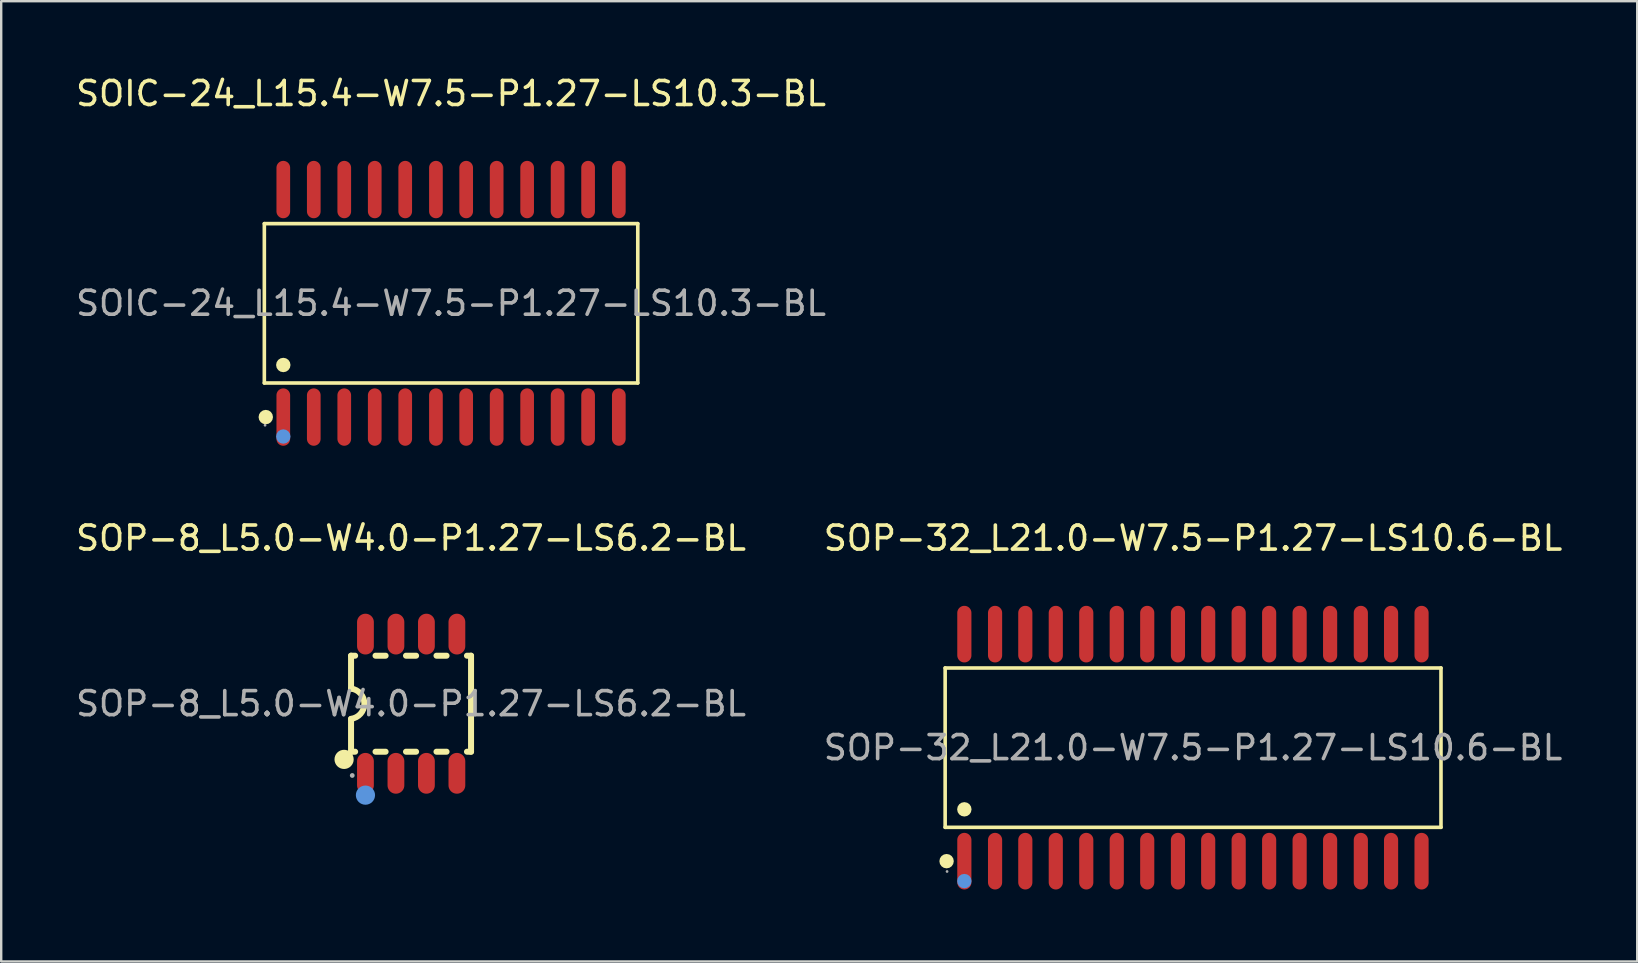
<source format=kicad_pcb>
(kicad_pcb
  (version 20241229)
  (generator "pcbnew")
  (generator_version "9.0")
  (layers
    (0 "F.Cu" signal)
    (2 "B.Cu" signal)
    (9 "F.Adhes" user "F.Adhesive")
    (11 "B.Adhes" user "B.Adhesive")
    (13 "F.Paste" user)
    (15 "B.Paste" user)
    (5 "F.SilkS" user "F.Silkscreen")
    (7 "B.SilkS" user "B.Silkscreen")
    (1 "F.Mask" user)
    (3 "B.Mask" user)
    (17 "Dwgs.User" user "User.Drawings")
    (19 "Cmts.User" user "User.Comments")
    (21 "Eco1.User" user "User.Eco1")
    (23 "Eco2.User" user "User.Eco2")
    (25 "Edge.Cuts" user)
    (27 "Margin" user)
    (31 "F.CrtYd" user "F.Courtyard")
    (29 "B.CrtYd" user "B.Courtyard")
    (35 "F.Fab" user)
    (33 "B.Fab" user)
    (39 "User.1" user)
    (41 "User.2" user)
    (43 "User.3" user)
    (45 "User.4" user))
  (footprint "SOIC-24_L15.4-W7.5-P1.27-LS10.3-BL"
    (layer "F.Cu")
    (at 15.744 9.588)
    (property "Reference" "SOIC-24_L15.4-W7.5-P1.27-LS10.3-BL" (at 0 -8.74 0) (layer "F.SilkS") (effects (font (size 1 1) (thickness 0.15))))
    (attr through_hole)
    (fp_line (start -7.78 -3.32) (end 7.78 -3.32) (stroke (width 0.15) (type solid)) (layer "F.SilkS"))
    (fp_line (start -7.78 3.32) (end -7.78 -3.32) (stroke (width 0.15) (type solid)) (layer "F.SilkS"))
    (fp_line (start 7.78 -3.32) (end 7.78 3.32) (stroke (width 0.15) (type solid)) (layer "F.SilkS"))
    (fp_line (start 7.78 3.32) (end -7.78 3.32) (stroke (width 0.15) (type solid)) (layer "F.SilkS"))
    (fp_circle (center -7.72 4.74) (end -7.57 4.74) (stroke (width 0.3) (type solid)) (fill no) (layer "F.SilkS"))
    (fp_circle (center -6.99 2.57) (end -6.84 2.57) (stroke (width 0.3) (type solid)) (fill no) (layer "F.SilkS"))
    (fp_circle (center -6.99 5.55) (end -6.84 5.55) (stroke (width 0.3) (type solid)) (fill no) (layer "Cmts.User"))
    (fp_circle (center -7.75 5.08) (end -7.72 5.08) (stroke (width 0.06) (type solid)) (fill no) (layer "F.Fab"))
    (fp_text user "${REFERENCE}" (at 0 0 0) (layer "F.Fab") (effects (font (size 1 1) (thickness 0.15))))
    (pad "1" smd oval (at -6.99 4.74) (size 0.57 2.39) (layers "F.Cu" "F.Mask" "F.Paste"))
    (pad "2" smd oval (at -5.72 4.74) (size 0.57 2.39) (layers "F.Cu" "F.Mask" "F.Paste"))
    (pad "3" smd oval (at -4.45 4.74) (size 0.57 2.39) (layers "F.Cu" "F.Mask" "F.Paste"))
    (pad "4" smd oval (at -3.18 4.74) (size 0.57 2.39) (layers "F.Cu" "F.Mask" "F.Paste"))
    (pad "5" smd oval (at -1.91 4.74) (size 0.57 2.39) (layers "F.Cu" "F.Mask" "F.Paste"))
    (pad "6" smd oval (at -0.63 4.74) (size 0.57 2.39) (layers "F.Cu" "F.Mask" "F.Paste"))
    (pad "7" smd oval (at 0.63 4.74) (size 0.57 2.39) (layers "F.Cu" "F.Mask" "F.Paste"))
    (pad "8" smd oval (at 1.9 4.74) (size 0.57 2.39) (layers "F.Cu" "F.Mask" "F.Paste"))
    (pad "9" smd oval (at 3.17 4.74) (size 0.57 2.39) (layers "F.Cu" "F.Mask" "F.Paste"))
    (pad "10" smd oval (at 4.44 4.74) (size 0.57 2.39) (layers "F.Cu" "F.Mask" "F.Paste"))
    (pad "11" smd oval (at 5.71 4.74) (size 0.57 2.39) (layers "F.Cu" "F.Mask" "F.Paste"))
    (pad "12" smd oval (at 6.99 4.74) (size 0.57 2.39) (layers "F.Cu" "F.Mask" "F.Paste"))
    (pad "13" smd oval (at 6.99 -4.74) (size 0.57 2.39) (layers "F.Cu" "F.Mask" "F.Paste"))
    (pad "14" smd oval (at 5.71 -4.74) (size 0.57 2.39) (layers "F.Cu" "F.Mask" "F.Paste"))
    (pad "15" smd oval (at 4.44 -4.74) (size 0.57 2.39) (layers "F.Cu" "F.Mask" "F.Paste"))
    (pad "16" smd oval (at 3.17 -4.74) (size 0.57 2.39) (layers "F.Cu" "F.Mask" "F.Paste"))
    (pad "17" smd oval (at 1.9 -4.74) (size 0.57 2.39) (layers "F.Cu" "F.Mask" "F.Paste"))
    (pad "18" smd oval (at 0.63 -4.74) (size 0.57 2.39) (layers "F.Cu" "F.Mask" "F.Paste"))
    (pad "19" smd oval (at -0.63 -4.74) (size 0.57 2.39) (layers "F.Cu" "F.Mask" "F.Paste"))
    (pad "20" smd oval (at -1.91 -4.74) (size 0.57 2.39) (layers "F.Cu" "F.Mask" "F.Paste"))
    (pad "21" smd oval (at -3.18 -4.74) (size 0.57 2.39) (layers "F.Cu" "F.Mask" "F.Paste"))
    (pad "22" smd oval (at -4.45 -4.74) (size 0.57 2.39) (layers "F.Cu" "F.Mask" "F.Paste"))
    (pad "23" smd oval (at -5.72 -4.74) (size 0.57 2.39) (layers "F.Cu" "F.Mask" "F.Paste"))
    (pad "24" smd oval (at -6.99 -4.74) (size 0.57 2.39) (layers "F.Cu" "F.Mask" "F.Paste")))
  (footprint "SOP-32_L21.0-W7.5-P1.27-LS10.6-BL"
    (layer "F.Cu")
    (at 46.661 28.102)
    (property "Reference" "SOP-32_L21.0-W7.5-P1.27-LS10.6-BL" (at 0 -8.73 0) (layer "F.SilkS") (effects (font (size 1 1) (thickness 0.15))))
    (attr through_hole)
    (fp_line (start -10.33 -3.32) (end 10.33 -3.32) (stroke (width 0.15) (type solid)) (layer "F.SilkS"))
    (fp_line (start -10.33 3.32) (end -10.33 -3.32) (stroke (width 0.15) (type solid)) (layer "F.SilkS"))
    (fp_line (start 10.33 -3.32) (end 10.33 3.32) (stroke (width 0.15) (type solid)) (layer "F.SilkS"))
    (fp_line (start 10.33 3.32) (end -10.33 3.32) (stroke (width 0.15) (type solid)) (layer "F.SilkS"))
    (fp_circle (center -10.27 4.73) (end -10.12 4.73) (stroke (width 0.3) (type solid)) (fill no) (layer "F.SilkS"))
    (fp_circle (center -9.53 2.57) (end -9.38 2.57) (stroke (width 0.3) (type solid)) (fill no) (layer "F.SilkS"))
    (fp_circle (center -9.53 5.56) (end -9.38 5.56) (stroke (width 0.3) (type solid)) (fill no) (layer "Cmts.User"))
    (fp_circle (center -10.25 5.16) (end -10.22 5.16) (stroke (width 0.06) (type solid)) (fill no) (layer "F.Fab"))
    (fp_text user "${REFERENCE}" (at 0 0 0) (layer "F.Fab") (effects (font (size 1 1) (thickness 0.15))))
    (pad "1" smd oval (at -9.53 4.73) (size 0.59 2.36) (layers "F.Cu" "F.Mask" "F.Paste"))
    (pad "2" smd oval (at -8.25 4.73) (size 0.59 2.36) (layers "F.Cu" "F.Mask" "F.Paste"))
    (pad "3" smd oval (at -6.99 4.73) (size 0.59 2.36) (layers "F.Cu" "F.Mask" "F.Paste"))
    (pad "4" smd oval (at -5.72 4.73) (size 0.59 2.36) (layers "F.Cu" "F.Mask" "F.Paste"))
    (pad "5" smd oval (at -4.45 4.73) (size 0.59 2.36) (layers "F.Cu" "F.Mask" "F.Paste"))
    (pad "6" smd oval (at -3.18 4.73) (size 0.59 2.36) (layers "F.Cu" "F.Mask" "F.Paste"))
    (pad "7" smd oval (at -1.91 4.73) (size 0.59 2.36) (layers "F.Cu" "F.Mask" "F.Paste"))
    (pad "8" smd oval (at -0.63 4.73) (size 0.59 2.36) (layers "F.Cu" "F.Mask" "F.Paste"))
    (pad "9" smd oval (at 0.63 4.73) (size 0.59 2.36) (layers "F.Cu" "F.Mask" "F.Paste"))
    (pad "10" smd oval (at 1.9 4.73) (size 0.59 2.36) (layers "F.Cu" "F.Mask" "F.Paste"))
    (pad "11" smd oval (at 3.17 4.73) (size 0.59 2.36) (layers "F.Cu" "F.Mask" "F.Paste"))
    (pad "12" smd oval (at 4.44 4.73) (size 0.59 2.36) (layers "F.Cu" "F.Mask" "F.Paste"))
    (pad "13" smd oval (at 5.71 4.73) (size 0.59 2.36) (layers "F.Cu" "F.Mask" "F.Paste"))
    (pad "14" smd oval (at 6.99 4.73) (size 0.59 2.36) (layers "F.Cu" "F.Mask" "F.Paste"))
    (pad "15" smd oval (at 8.25 4.73) (size 0.59 2.36) (layers "F.Cu" "F.Mask" "F.Paste"))
    (pad "16" smd oval (at 9.52 4.73) (size 0.59 2.36) (layers "F.Cu" "F.Mask" "F.Paste"))
    (pad "17" smd oval (at 9.52 -4.73) (size 0.59 2.36) (layers "F.Cu" "F.Mask" "F.Paste"))
    (pad "18" smd oval (at 8.25 -4.73) (size 0.59 2.36) (layers "F.Cu" "F.Mask" "F.Paste"))
    (pad "19" smd oval (at 6.99 -4.73) (size 0.59 2.36) (layers "F.Cu" "F.Mask" "F.Paste"))
    (pad "20" smd oval (at 5.71 -4.73) (size 0.59 2.36) (layers "F.Cu" "F.Mask" "F.Paste"))
    (pad "21" smd oval (at 4.44 -4.73) (size 0.59 2.36) (layers "F.Cu" "F.Mask" "F.Paste"))
    (pad "22" smd oval (at 3.17 -4.73) (size 0.59 2.36) (layers "F.Cu" "F.Mask" "F.Paste"))
    (pad "23" smd oval (at 1.9 -4.73) (size 0.59 2.36) (layers "F.Cu" "F.Mask" "F.Paste"))
    (pad "24" smd oval (at 0.63 -4.73) (size 0.59 2.36) (layers "F.Cu" "F.Mask" "F.Paste"))
    (pad "25" smd oval (at -0.63 -4.73) (size 0.59 2.36) (layers "F.Cu" "F.Mask" "F.Paste"))
    (pad "26" smd oval (at -1.91 -4.73) (size 0.59 2.36) (layers "F.Cu" "F.Mask" "F.Paste"))
    (pad "27" smd oval (at -3.18 -4.73) (size 0.59 2.36) (layers "F.Cu" "F.Mask" "F.Paste"))
    (pad "28" smd oval (at -4.45 -4.73) (size 0.59 2.36) (layers "F.Cu" "F.Mask" "F.Paste"))
    (pad "29" smd oval (at -5.72 -4.73) (size 0.59 2.36) (layers "F.Cu" "F.Mask" "F.Paste"))
    (pad "30" smd oval (at -6.99 -4.73) (size 0.59 2.36) (layers "F.Cu" "F.Mask" "F.Paste"))
    (pad "31" smd oval (at -8.25 -4.73) (size 0.59 2.36) (layers "F.Cu" "F.Mask" "F.Paste"))
    (pad "32" smd oval (at -9.53 -4.73) (size 0.59 2.36) (layers "F.Cu" "F.Mask" "F.Paste")))
  (footprint "SOP-8_L5.0-W4.0-P1.27-LS6.2-BL"
    (layer "F.Cu")
    (at 14.077 26.271)
    (property "Reference" "SOP-8_L5.0-W4.0-P1.27-LS6.2-BL" (at 0 -6.9 0) (layer "F.SilkS") (effects (font (size 1 1) (thickness 0.15))))
    (attr through_hole)
    (fp_line (start -2.5 -2) (end -2.5 -0.63) (stroke (width 0.25) (type solid)) (layer "F.SilkS"))
    (fp_line (start -2.5 -2) (end -2.33 -2) (stroke (width 0.25) (type solid)) (layer "F.SilkS"))
    (fp_line (start -2.5 2) (end -2.5 0.64) (stroke (width 0.25) (type solid)) (layer "F.SilkS"))
    (fp_line (start -2.5 2) (end -2.33 2) (stroke (width 0.25) (type solid)) (layer "F.SilkS"))
    (fp_line (start -1.48 -2) (end -1.06 -2) (stroke (width 0.25) (type solid)) (layer "F.SilkS"))
    (fp_line (start -1.48 2) (end -1.06 2) (stroke (width 0.25) (type solid)) (layer "F.SilkS"))
    (fp_line (start -0.21 -2) (end 0.21 -2) (stroke (width 0.25) (type solid)) (layer "F.SilkS"))
    (fp_line (start -0.21 2) (end 0.21 2) (stroke (width 0.25) (type solid)) (layer "F.SilkS"))
    (fp_line (start 1.06 -2) (end 1.48 -2) (stroke (width 0.25) (type solid)) (layer "F.SilkS"))
    (fp_line (start 1.06 2) (end 1.48 2) (stroke (width 0.25) (type solid)) (layer "F.SilkS"))
    (fp_line (start 2.33 -2) (end 2.5 -2) (stroke (width 0.25) (type solid)) (layer "F.SilkS"))
    (fp_line (start 2.33 2) (end 2.5 2) (stroke (width 0.25) (type solid)) (layer "F.SilkS"))
    (fp_line (start 2.5 -2) (end 2.5 2) (stroke (width 0.25) (type solid)) (layer "F.SilkS"))
    (fp_arc (start -2.79 2.32) (mid -2.79 2.32) (end -2.79 2.32) (stroke (width 0.4) (type solid)) (layer "F.SilkS"))
    (fp_arc (start -2.5 -0.63) (mid -1.944941 0.000797) (end -2.501582 0.630199) (stroke (width 0.25) (type solid)) (layer "F.SilkS"))
    (fp_circle (center -1.9 3.81) (end -1.7 3.81) (stroke (width 0.4) (type solid)) (fill no) (layer "Cmts.User"))
    (fp_circle (center -2.45 2.99) (end -2.4 2.99) (stroke (width 0.1) (type solid)) (fill no) (layer "F.Fab"))
    (fp_text user "${REFERENCE}" (at 0 0 0) (layer "F.Fab") (effects (font (size 1 1) (thickness 0.15))))
    (pad "1" smd oval (at -1.9 2.9 180) (size 0.7 1.7) (layers "F.Cu" "F.Mask" "F.Paste"))
    (pad "2" smd oval (at -0.63 2.9 180) (size 0.7 1.7) (layers "F.Cu" "F.Mask" "F.Paste"))
    (pad "3" smd oval (at 0.64 2.9 180) (size 0.7 1.7) (layers "F.Cu" "F.Mask" "F.Paste"))
    (pad "4" smd oval (at 1.91 2.9 180) (size 0.7 1.7) (layers "F.Cu" "F.Mask" "F.Paste"))
    (pad "5" smd oval (at 1.91 -2.9 180) (size 0.7 1.7) (layers "F.Cu" "F.Mask" "F.Paste"))
    (pad "6" smd oval (at 0.64 -2.9 180) (size 0.7 1.7) (layers "F.Cu" "F.Mask" "F.Paste"))
    (pad "7" smd oval (at -0.63 -2.9 180) (size 0.7 1.7) (layers "F.Cu" "F.Mask" "F.Paste"))
    (pad "8" smd oval (at -1.9 -2.9 180) (size 0.7 1.7) (layers "F.Cu" "F.Mask" "F.Paste")))
  (gr_rect
    (start -3 -3)
    (end 65.167 37.011)
    (stroke (width 0.1) (type default))
    (fill no)
    (layer "Edge.Cuts")))
</source>
